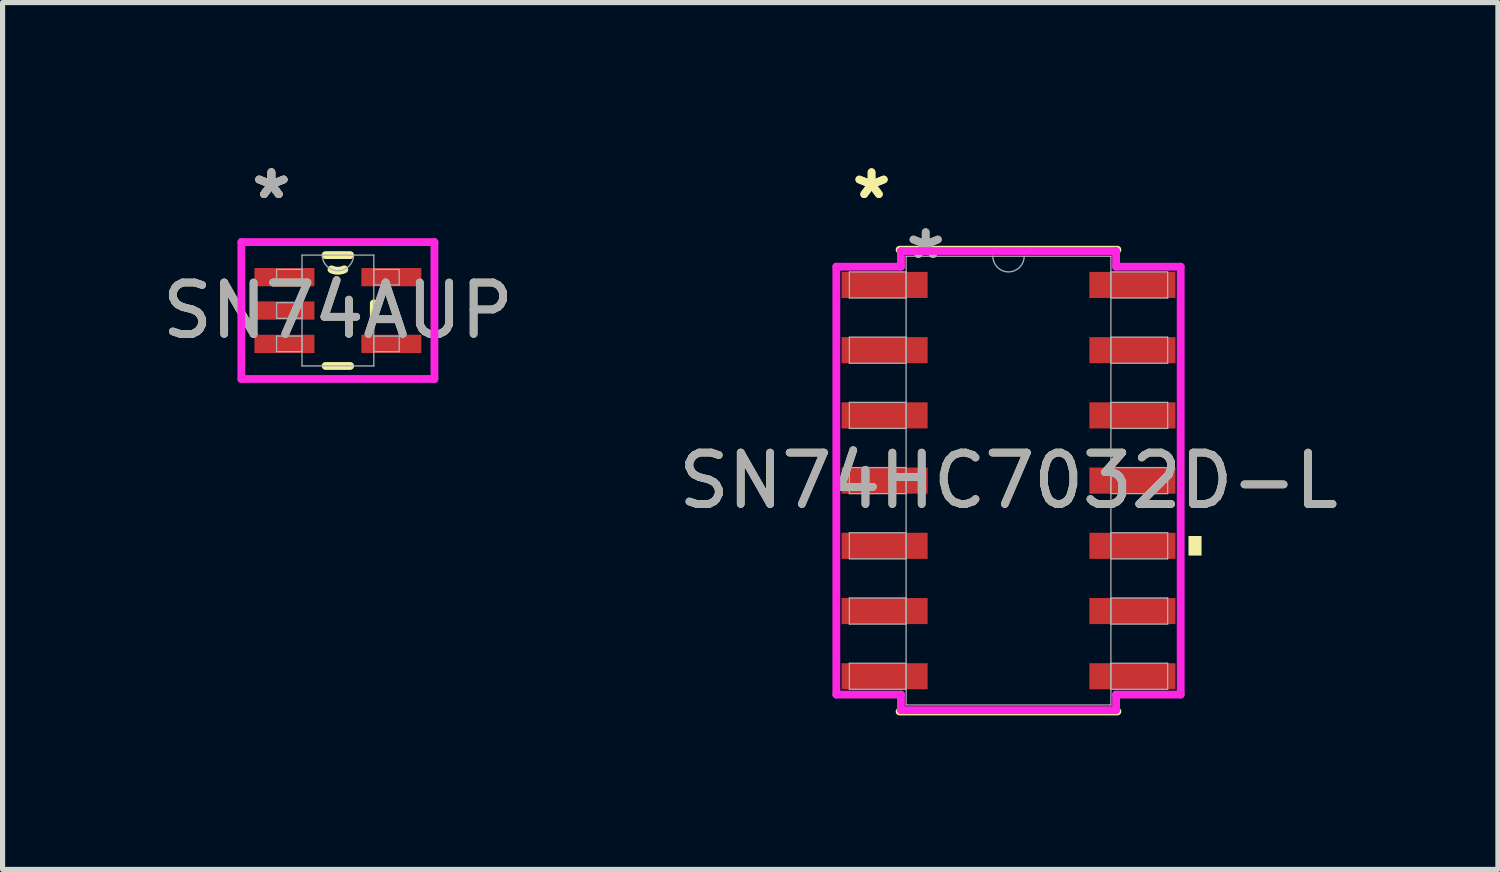
<source format=kicad_pcb>
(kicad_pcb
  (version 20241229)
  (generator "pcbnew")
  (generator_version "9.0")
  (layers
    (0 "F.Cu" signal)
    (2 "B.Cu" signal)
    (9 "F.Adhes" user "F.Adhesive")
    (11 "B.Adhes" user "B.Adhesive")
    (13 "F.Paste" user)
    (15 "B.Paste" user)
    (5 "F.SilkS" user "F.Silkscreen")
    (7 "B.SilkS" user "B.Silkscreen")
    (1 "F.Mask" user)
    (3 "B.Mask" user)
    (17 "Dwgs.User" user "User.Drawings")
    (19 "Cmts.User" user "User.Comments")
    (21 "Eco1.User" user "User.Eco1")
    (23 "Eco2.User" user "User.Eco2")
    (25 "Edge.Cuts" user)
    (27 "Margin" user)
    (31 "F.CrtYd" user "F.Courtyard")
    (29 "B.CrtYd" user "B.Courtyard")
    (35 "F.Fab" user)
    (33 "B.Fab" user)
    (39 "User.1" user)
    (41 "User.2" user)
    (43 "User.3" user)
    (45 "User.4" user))
  (footprint "SN74AUP"
    (layer "F.Cu")
    (at 3.53 2.997)
    (property "Reference" "SN74AUP" (at 0 0 0) (unlocked yes) (layer "F.SilkS") (effects (font (size 1 1) (thickness 0.15))))
    (attr smd)
    (fp_line (start -0.24 1.079) (end 0.24 1.079) (stroke (width 0.152) (type solid)) (layer "F.SilkS"))
    (fp_line (start 0.24 -1.079) (end -0.24 -1.079) (stroke (width 0.152) (type solid)) (layer "F.SilkS"))
    (fp_line (start 0.699 0.139) (end 0.699 -0.139) (stroke (width 0.152) (type solid)) (layer "F.SilkS"))
    (fp_arc (start 0.12446 -0.801269) (mid 0 -0.7747) (end -0.12446 -0.801269) (stroke (width 0.1524) (type solid)) (layer "F.SilkS"))
    (fp_line (start -1.88 -1.333) (end 1.88 -1.333) (stroke (width 0.152) (type solid)) (layer "F.CrtYd"))
    (fp_line (start -1.88 1.333) (end -1.88 -1.333) (stroke (width 0.152) (type solid)) (layer "F.CrtYd"))
    (fp_line (start 1.88 -1.333) (end 1.88 1.333) (stroke (width 0.152) (type solid)) (layer "F.CrtYd"))
    (fp_line (start 1.88 1.333) (end -1.88 1.333) (stroke (width 0.152) (type solid)) (layer "F.CrtYd"))
    (fp_line (start -1.194 -0.802) (end -1.194 -0.498) (stroke (width 0.025) (type solid)) (layer "F.Fab"))
    (fp_line (start -1.194 -0.498) (end -0.699 -0.498) (stroke (width 0.025) (type solid)) (layer "F.Fab"))
    (fp_line (start -1.194 -0.152) (end -1.194 0.152) (stroke (width 0.025) (type solid)) (layer "F.Fab"))
    (fp_line (start -1.194 0.152) (end -0.699 0.152) (stroke (width 0.025) (type solid)) (layer "F.Fab"))
    (fp_line (start -1.194 0.498) (end -1.194 0.802) (stroke (width 0.025) (type solid)) (layer "F.Fab"))
    (fp_line (start -1.194 0.802) (end -0.699 0.802) (stroke (width 0.025) (type solid)) (layer "F.Fab"))
    (fp_line (start -0.699 -1.079) (end -0.699 1.079) (stroke (width 0.025) (type solid)) (layer "F.Fab"))
    (fp_line (start -0.699 -0.802) (end -1.194 -0.802) (stroke (width 0.025) (type solid)) (layer "F.Fab"))
    (fp_line (start -0.699 -0.498) (end -0.699 -0.802) (stroke (width 0.025) (type solid)) (layer "F.Fab"))
    (fp_line (start -0.699 -0.152) (end -1.194 -0.152) (stroke (width 0.025) (type solid)) (layer "F.Fab"))
    (fp_line (start -0.699 0.152) (end -0.699 -0.152) (stroke (width 0.025) (type solid)) (layer "F.Fab"))
    (fp_line (start -0.699 0.498) (end -1.194 0.498) (stroke (width 0.025) (type solid)) (layer "F.Fab"))
    (fp_line (start -0.699 0.802) (end -0.699 0.498) (stroke (width 0.025) (type solid)) (layer "F.Fab"))
    (fp_line (start -0.699 1.079) (end 0.699 1.079) (stroke (width 0.025) (type solid)) (layer "F.Fab"))
    (fp_line (start 0.699 -1.079) (end -0.699 -1.079) (stroke (width 0.025) (type solid)) (layer "F.Fab"))
    (fp_line (start 0.699 -0.802) (end 0.699 -0.498) (stroke (width 0.025) (type solid)) (layer "F.Fab"))
    (fp_line (start 0.699 -0.498) (end 1.194 -0.498) (stroke (width 0.025) (type solid)) (layer "F.Fab"))
    (fp_line (start 0.699 0.498) (end 0.699 0.802) (stroke (width 0.025) (type solid)) (layer "F.Fab"))
    (fp_line (start 0.699 0.802) (end 1.194 0.802) (stroke (width 0.025) (type solid)) (layer "F.Fab"))
    (fp_line (start 0.699 1.079) (end 0.699 -1.079) (stroke (width 0.025) (type solid)) (layer "F.Fab"))
    (fp_line (start 1.194 -0.802) (end 0.699 -0.802) (stroke (width 0.025) (type solid)) (layer "F.Fab"))
    (fp_line (start 1.194 -0.498) (end 1.194 -0.802) (stroke (width 0.025) (type solid)) (layer "F.Fab"))
    (fp_line (start 1.194 0.498) (end 0.699 0.498) (stroke (width 0.025) (type solid)) (layer "F.Fab"))
    (fp_line (start 1.194 0.802) (end 1.194 0.498) (stroke (width 0.025) (type solid)) (layer "F.Fab"))
    (fp_arc (start 0.3048 -1.0795) (mid 0 -0.7747) (end -0.3048 -1.0795) (stroke (width 0.0254) (type solid)) (layer "F.Fab"))
    (fp_text user "*" (at -1.295 -2.149 0) (layer "F.SilkS") (effects (font (size 1 1) (thickness 0.15))))
    (fp_text user "*" (at -1.295 -2.149 0) (unlocked yes) (layer "F.SilkS") (effects (font (size 1 1) (thickness 0.15))))
    (fp_text user "*" (at -1.295 -2.149 0) (unlocked yes) (layer "F.Fab") (effects (font (size 1 1) (thickness 0.15))))
    (fp_text user "${REFERENCE}" (at 0 0 0) (unlocked yes) (layer "F.Fab") (effects (font (size 1 1) (thickness 0.15))))
    (fp_text user "*" (at -1.295 -2.149 0) (layer "F.Fab") (effects (font (size 1 1) (thickness 0.15))))
    (pad "1" smd rect (at -1.041 -0.65) (size 1.168 0.356) (layers "F.Cu" "F.Mask" "F.Paste"))
    (pad "2" smd rect (at -1.041 0) (size 1.168 0.356) (layers "F.Cu" "F.Mask" "F.Paste"))
    (pad "3" smd rect (at -1.041 0.65) (size 1.168 0.356) (layers "F.Cu" "F.Mask" "F.Paste"))
    (pad "4" smd rect (at 1.041 0.65) (size 1.168 0.356) (layers "F.Cu" "F.Mask" "F.Paste"))
    (pad "5" smd rect (at 1.041 -0.65) (size 1.168 0.356) (layers "F.Cu" "F.Mask" "F.Paste")))
  (footprint "SN74HC7032D-L"
    (layer "F.Cu")
    (at 16.589 6.309)
    (property "Reference" "SN74HC7032D-L" (at 0 0 0) (unlocked yes) (layer "F.SilkS") (effects (font (size 1 1) (thickness 0.15))))
    (attr smd)
    (fp_line (start -2.121 4.496) (end 2.121 4.496) (stroke (width 0.152) (type solid)) (layer "F.SilkS"))
    (fp_line (start 2.121 -4.496) (end -2.121 -4.496) (stroke (width 0.152) (type solid)) (layer "F.SilkS"))
    (fp_poly (pts (xy 3.759 1.079) (xy 3.759 1.46) (xy 3.505 1.46) (xy 3.505 1.079)) (stroke (width 0) (type solid)) (fill yes) (layer "F.SilkS"))
    (fp_line (start -3.353 -4.166) (end -2.095 -4.166) (stroke (width 0.152) (type solid)) (layer "F.CrtYd"))
    (fp_line (start -3.353 4.166) (end -3.353 -4.166) (stroke (width 0.152) (type solid)) (layer "F.CrtYd"))
    (fp_line (start -3.353 4.166) (end -2.095 4.166) (stroke (width 0.152) (type solid)) (layer "F.CrtYd"))
    (fp_line (start -2.095 -4.47) (end 2.095 -4.47) (stroke (width 0.152) (type solid)) (layer "F.CrtYd"))
    (fp_line (start -2.095 -4.166) (end -2.095 -4.47) (stroke (width 0.152) (type solid)) (layer "F.CrtYd"))
    (fp_line (start -2.095 4.47) (end -2.095 4.166) (stroke (width 0.152) (type solid)) (layer "F.CrtYd"))
    (fp_line (start 2.095 -4.47) (end 2.095 -4.166) (stroke (width 0.152) (type solid)) (layer "F.CrtYd"))
    (fp_line (start 2.095 4.166) (end 2.095 4.47) (stroke (width 0.152) (type solid)) (layer "F.CrtYd"))
    (fp_line (start 2.095 4.47) (end -2.095 4.47) (stroke (width 0.152) (type solid)) (layer "F.CrtYd"))
    (fp_line (start 3.353 -4.166) (end 2.095 -4.166) (stroke (width 0.152) (type solid)) (layer "F.CrtYd"))
    (fp_line (start 3.353 -4.166) (end 3.353 4.166) (stroke (width 0.152) (type solid)) (layer "F.CrtYd"))
    (fp_line (start 3.353 4.166) (end 2.095 4.166) (stroke (width 0.152) (type solid)) (layer "F.CrtYd"))
    (fp_line (start -3.099 -4.064) (end -3.099 -3.556) (stroke (width 0.025) (type solid)) (layer "F.Fab"))
    (fp_line (start -3.099 -3.556) (end -1.994 -3.556) (stroke (width 0.025) (type solid)) (layer "F.Fab"))
    (fp_line (start -3.099 -2.794) (end -3.099 -2.286) (stroke (width 0.025) (type solid)) (layer "F.Fab"))
    (fp_line (start -3.099 -2.286) (end -1.994 -2.286) (stroke (width 0.025) (type solid)) (layer "F.Fab"))
    (fp_line (start -3.099 -1.524) (end -3.099 -1.016) (stroke (width 0.025) (type solid)) (layer "F.Fab"))
    (fp_line (start -3.099 -1.016) (end -1.994 -1.016) (stroke (width 0.025) (type solid)) (layer "F.Fab"))
    (fp_line (start -3.099 -0.254) (end -3.099 0.254) (stroke (width 0.025) (type solid)) (layer "F.Fab"))
    (fp_line (start -3.099 0.254) (end -1.994 0.254) (stroke (width 0.025) (type solid)) (layer "F.Fab"))
    (fp_line (start -3.099 1.016) (end -3.099 1.524) (stroke (width 0.025) (type solid)) (layer "F.Fab"))
    (fp_line (start -3.099 1.524) (end -1.994 1.524) (stroke (width 0.025) (type solid)) (layer "F.Fab"))
    (fp_line (start -3.099 2.286) (end -3.099 2.794) (stroke (width 0.025) (type solid)) (layer "F.Fab"))
    (fp_line (start -3.099 2.794) (end -1.994 2.794) (stroke (width 0.025) (type solid)) (layer "F.Fab"))
    (fp_line (start -3.099 3.556) (end -3.099 4.064) (stroke (width 0.025) (type solid)) (layer "F.Fab"))
    (fp_line (start -3.099 4.064) (end -1.994 4.064) (stroke (width 0.025) (type solid)) (layer "F.Fab"))
    (fp_line (start -1.994 -4.369) (end -1.994 4.369) (stroke (width 0.025) (type solid)) (layer "F.Fab"))
    (fp_line (start -1.994 -4.064) (end -3.099 -4.064) (stroke (width 0.025) (type solid)) (layer "F.Fab"))
    (fp_line (start -1.994 -3.556) (end -1.994 -4.064) (stroke (width 0.025) (type solid)) (layer "F.Fab"))
    (fp_line (start -1.994 -2.794) (end -3.099 -2.794) (stroke (width 0.025) (type solid)) (layer "F.Fab"))
    (fp_line (start -1.994 -2.286) (end -1.994 -2.794) (stroke (width 0.025) (type solid)) (layer "F.Fab"))
    (fp_line (start -1.994 -1.524) (end -3.099 -1.524) (stroke (width 0.025) (type solid)) (layer "F.Fab"))
    (fp_line (start -1.994 -1.016) (end -1.994 -1.524) (stroke (width 0.025) (type solid)) (layer "F.Fab"))
    (fp_line (start -1.994 -0.254) (end -3.099 -0.254) (stroke (width 0.025) (type solid)) (layer "F.Fab"))
    (fp_line (start -1.994 0.254) (end -1.994 -0.254) (stroke (width 0.025) (type solid)) (layer "F.Fab"))
    (fp_line (start -1.994 1.016) (end -3.099 1.016) (stroke (width 0.025) (type solid)) (layer "F.Fab"))
    (fp_line (start -1.994 1.524) (end -1.994 1.016) (stroke (width 0.025) (type solid)) (layer "F.Fab"))
    (fp_line (start -1.994 2.286) (end -3.099 2.286) (stroke (width 0.025) (type solid)) (layer "F.Fab"))
    (fp_line (start -1.994 2.794) (end -1.994 2.286) (stroke (width 0.025) (type solid)) (layer "F.Fab"))
    (fp_line (start -1.994 3.556) (end -3.099 3.556) (stroke (width 0.025) (type solid)) (layer "F.Fab"))
    (fp_line (start -1.994 4.064) (end -1.994 3.556) (stroke (width 0.025) (type solid)) (layer "F.Fab"))
    (fp_line (start -1.994 4.369) (end 1.994 4.369) (stroke (width 0.025) (type solid)) (layer "F.Fab"))
    (fp_line (start 1.994 -4.369) (end -1.994 -4.369) (stroke (width 0.025) (type solid)) (layer "F.Fab"))
    (fp_line (start 1.994 -4.064) (end 1.994 -3.556) (stroke (width 0.025) (type solid)) (layer "F.Fab"))
    (fp_line (start 1.994 -3.556) (end 3.099 -3.556) (stroke (width 0.025) (type solid)) (layer "F.Fab"))
    (fp_line (start 1.994 -2.794) (end 1.994 -2.286) (stroke (width 0.025) (type solid)) (layer "F.Fab"))
    (fp_line (start 1.994 -2.286) (end 3.099 -2.286) (stroke (width 0.025) (type solid)) (layer "F.Fab"))
    (fp_line (start 1.994 -1.524) (end 1.994 -1.016) (stroke (width 0.025) (type solid)) (layer "F.Fab"))
    (fp_line (start 1.994 -1.016) (end 3.099 -1.016) (stroke (width 0.025) (type solid)) (layer "F.Fab"))
    (fp_line (start 1.994 -0.254) (end 1.994 0.254) (stroke (width 0.025) (type solid)) (layer "F.Fab"))
    (fp_line (start 1.994 0.254) (end 3.099 0.254) (stroke (width 0.025) (type solid)) (layer "F.Fab"))
    (fp_line (start 1.994 1.016) (end 1.994 1.524) (stroke (width 0.025) (type solid)) (layer "F.Fab"))
    (fp_line (start 1.994 1.524) (end 3.099 1.524) (stroke (width 0.025) (type solid)) (layer "F.Fab"))
    (fp_line (start 1.994 2.286) (end 1.994 2.794) (stroke (width 0.025) (type solid)) (layer "F.Fab"))
    (fp_line (start 1.994 2.794) (end 3.099 2.794) (stroke (width 0.025) (type solid)) (layer "F.Fab"))
    (fp_line (start 1.994 3.556) (end 1.994 4.064) (stroke (width 0.025) (type solid)) (layer "F.Fab"))
    (fp_line (start 1.994 4.064) (end 3.099 4.064) (stroke (width 0.025) (type solid)) (layer "F.Fab"))
    (fp_line (start 1.994 4.369) (end 1.994 -4.369) (stroke (width 0.025) (type solid)) (layer "F.Fab"))
    (fp_line (start 3.099 -4.064) (end 1.994 -4.064) (stroke (width 0.025) (type solid)) (layer "F.Fab"))
    (fp_line (start 3.099 -3.556) (end 3.099 -4.064) (stroke (width 0.025) (type solid)) (layer "F.Fab"))
    (fp_line (start 3.099 -2.794) (end 1.994 -2.794) (stroke (width 0.025) (type solid)) (layer "F.Fab"))
    (fp_line (start 3.099 -2.286) (end 3.099 -2.794) (stroke (width 0.025) (type solid)) (layer "F.Fab"))
    (fp_line (start 3.099 -1.524) (end 1.994 -1.524) (stroke (width 0.025) (type solid)) (layer "F.Fab"))
    (fp_line (start 3.099 -1.016) (end 3.099 -1.524) (stroke (width 0.025) (type solid)) (layer "F.Fab"))
    (fp_line (start 3.099 -0.254) (end 1.994 -0.254) (stroke (width 0.025) (type solid)) (layer "F.Fab"))
    (fp_line (start 3.099 0.254) (end 3.099 -0.254) (stroke (width 0.025) (type solid)) (layer "F.Fab"))
    (fp_line (start 3.099 1.016) (end 1.994 1.016) (stroke (width 0.025) (type solid)) (layer "F.Fab"))
    (fp_line (start 3.099 1.524) (end 3.099 1.016) (stroke (width 0.025) (type solid)) (layer "F.Fab"))
    (fp_line (start 3.099 2.286) (end 1.994 2.286) (stroke (width 0.025) (type solid)) (layer "F.Fab"))
    (fp_line (start 3.099 2.794) (end 3.099 2.286) (stroke (width 0.025) (type solid)) (layer "F.Fab"))
    (fp_line (start 3.099 3.556) (end 1.994 3.556) (stroke (width 0.025) (type solid)) (layer "F.Fab"))
    (fp_line (start 3.099 4.064) (end 3.099 3.556) (stroke (width 0.025) (type solid)) (layer "F.Fab"))
    (fp_arc (start 0.3048 -4.3688) (mid 0 -4.064) (end -0.3048 -4.3688) (stroke (width 0.0254) (type solid)) (layer "F.Fab"))
    (fp_text user "*" (at -2.667 -5.461 0) (unlocked yes) (layer "F.SilkS") (effects (font (size 1 1) (thickness 0.15))))
    (fp_text user "*" (at -2.667 -5.461 0) (layer "F.SilkS") (effects (font (size 1 1) (thickness 0.15))))
    (fp_text user "*" (at -1.613 -4.293 0) (layer "F.Fab") (effects (font (size 1 1) (thickness 0.15))))
    (fp_text user "${REFERENCE}" (at 0 0 0) (unlocked yes) (layer "F.Fab") (effects (font (size 1 1) (thickness 0.15))))
    (fp_text user "*" (at -1.613 -4.293 0) (unlocked yes) (layer "F.Fab") (effects (font (size 1 1) (thickness 0.15))))
    (pad "1" smd rect (at -2.413 -3.81) (size 1.676 0.508) (layers "F.Cu" "F.Mask" "F.Paste"))
    (pad "2" smd rect (at -2.413 -2.54) (size 1.676 0.508) (layers "F.Cu" "F.Mask" "F.Paste"))
    (pad "3" smd rect (at -2.413 -1.27) (size 1.676 0.508) (layers "F.Cu" "F.Mask" "F.Paste"))
    (pad "4" smd rect (at -2.413 0) (size 1.676 0.508) (layers "F.Cu" "F.Mask" "F.Paste"))
    (pad "5" smd rect (at -2.413 1.27) (size 1.676 0.508) (layers "F.Cu" "F.Mask" "F.Paste"))
    (pad "6" smd rect (at -2.413 2.54) (size 1.676 0.508) (layers "F.Cu" "F.Mask" "F.Paste"))
    (pad "7" smd rect (at -2.413 3.81) (size 1.676 0.508) (layers "F.Cu" "F.Mask" "F.Paste"))
    (pad "8" smd rect (at 2.413 3.81) (size 1.676 0.508) (layers "F.Cu" "F.Mask" "F.Paste"))
    (pad "9" smd rect (at 2.413 2.54) (size 1.676 0.508) (layers "F.Cu" "F.Mask" "F.Paste"))
    (pad "10" smd rect (at 2.413 1.27) (size 1.676 0.508) (layers "F.Cu" "F.Mask" "F.Paste"))
    (pad "11" smd rect (at 2.413 0) (size 1.676 0.508) (layers "F.Cu" "F.Mask" "F.Paste"))
    (pad "12" smd rect (at 2.413 -1.27) (size 1.676 0.508) (layers "F.Cu" "F.Mask" "F.Paste"))
    (pad "13" smd rect (at 2.413 -2.54) (size 1.676 0.508) (layers "F.Cu" "F.Mask" "F.Paste"))
    (pad "14" smd rect (at 2.413 -3.81) (size 1.676 0.508) (layers "F.Cu" "F.Mask" "F.Paste")))
  (gr_rect
    (start -3 -3)
    (end 26.119 13.881)
    (stroke (width 0.1) (type default))
    (fill no)
    (layer "Edge.Cuts")))
</source>
